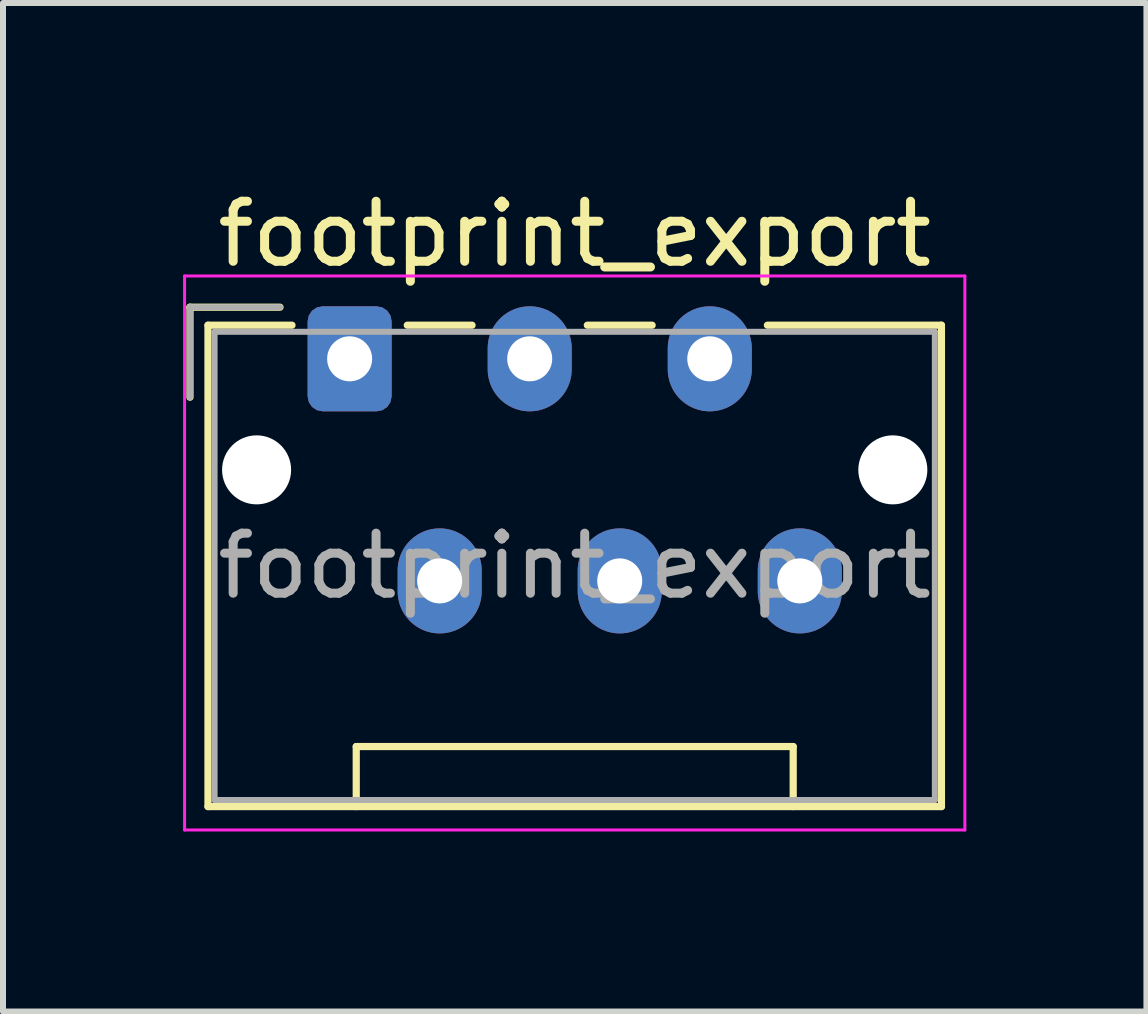
<source format=kicad_pcb>
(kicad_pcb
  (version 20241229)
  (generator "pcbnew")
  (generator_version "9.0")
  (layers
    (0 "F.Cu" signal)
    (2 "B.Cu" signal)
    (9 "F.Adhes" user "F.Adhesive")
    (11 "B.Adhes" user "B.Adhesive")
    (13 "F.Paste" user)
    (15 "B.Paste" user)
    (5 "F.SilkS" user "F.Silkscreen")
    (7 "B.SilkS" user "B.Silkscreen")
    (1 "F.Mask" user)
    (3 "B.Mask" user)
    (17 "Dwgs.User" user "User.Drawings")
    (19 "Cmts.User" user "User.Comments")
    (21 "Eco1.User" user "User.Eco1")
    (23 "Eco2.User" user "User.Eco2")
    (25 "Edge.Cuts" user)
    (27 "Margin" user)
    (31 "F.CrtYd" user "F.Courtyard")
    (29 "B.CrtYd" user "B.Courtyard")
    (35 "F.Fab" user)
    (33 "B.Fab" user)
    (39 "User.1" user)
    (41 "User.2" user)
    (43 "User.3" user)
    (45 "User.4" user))
  (footprint "footprint_export"
    (layer "F.Cu")
    (at 2.775 2.928)
    (property "Reference" "footprint_export" (at 3.75 -2.08 0) (layer "F.SilkS") (effects (font (size 1 1) (thickness 0.15))))
    (attr through_hole)
    (fp_line (start -2.66 -0.86) (end -1.16 -0.86) (stroke (width 0.12) (type solid)) (layer "F.SilkS"))
    (fp_line (start -2.66 0.64) (end -2.66 -0.86) (stroke (width 0.12) (type solid)) (layer "F.SilkS"))
    (fp_line (start -2.36 -0.56) (end -2.36 7.46) (stroke (width 0.12) (type solid)) (layer "F.SilkS"))
    (fp_line (start -2.36 7.46) (end 9.86 7.46) (stroke (width 0.12) (type solid)) (layer "F.SilkS"))
    (fp_line (start -0.96 -0.56) (end -2.36 -0.56) (stroke (width 0.12) (type solid)) (layer "F.SilkS"))
    (fp_line (start 0.11 6.46) (end 7.39 6.46) (stroke (width 0.12) (type solid)) (layer "F.SilkS"))
    (fp_line (start 0.11 7.46) (end 0.11 6.46) (stroke (width 0.12) (type solid)) (layer "F.SilkS"))
    (fp_line (start 0.96 -0.56) (end 2.04 -0.56) (stroke (width 0.12) (type solid)) (layer "F.SilkS"))
    (fp_line (start 3.96 -0.56) (end 5.04 -0.56) (stroke (width 0.12) (type solid)) (layer "F.SilkS"))
    (fp_line (start 7.39 6.46) (end 7.39 7.46) (stroke (width 0.12) (type solid)) (layer "F.SilkS"))
    (fp_line (start 9.86 -0.56) (end 6.96 -0.56) (stroke (width 0.12) (type solid)) (layer "F.SilkS"))
    (fp_line (start 9.86 7.46) (end 9.86 -0.56) (stroke (width 0.12) (type solid)) (layer "F.SilkS"))
    (fp_line (start -2.75 -1.38) (end -2.75 7.85) (stroke (width 0.05) (type solid)) (layer "F.CrtYd"))
    (fp_line (start -2.75 7.85) (end 10.25 7.85) (stroke (width 0.05) (type solid)) (layer "F.CrtYd"))
    (fp_line (start 10.25 -1.38) (end -2.75 -1.38) (stroke (width 0.05) (type solid)) (layer "F.CrtYd"))
    (fp_line (start 10.25 7.85) (end 10.25 -1.38) (stroke (width 0.05) (type solid)) (layer "F.CrtYd"))
    (fp_line (start -2.66 -0.86) (end -1.16 -0.86) (stroke (width 0.1) (type solid)) (layer "F.Fab"))
    (fp_line (start -2.66 0.64) (end -2.66 -0.86) (stroke (width 0.1) (type solid)) (layer "F.Fab"))
    (fp_line (start -2.25 -0.45) (end -2.25 7.35) (stroke (width 0.1) (type solid)) (layer "F.Fab"))
    (fp_line (start -2.25 7.35) (end 9.75 7.35) (stroke (width 0.1) (type solid)) (layer "F.Fab"))
    (fp_line (start 9.75 -0.45) (end -2.25 -0.45) (stroke (width 0.1) (type solid)) (layer "F.Fab"))
    (fp_line (start 9.75 7.35) (end 9.75 -0.45) (stroke (width 0.1) (type solid)) (layer "F.Fab"))
    (fp_text user "${REFERENCE}" (at 3.75 3.45 0) (layer "F.Fab") (effects (font (size 1 1) (thickness 0.15))))
    (pad "" np_thru_hole circle (at -1.55 1.85) (size 1.15 1.15) (drill 1.15) (layers "*.Cu" "*.Mask"))
    (pad "" np_thru_hole circle (at 9.05 1.85) (size 1.15 1.15) (drill 1.15) (layers "*.Cu" "*.Mask"))
    (pad "1" thru_hole roundrect (at 0 0) (size 1.4 1.75) (drill 0.75) (layers "*.Cu" "*.Mask") (roundrect_rratio 0.179))
    (pad "2" thru_hole oval (at 1.5 3.7) (size 1.4 1.75) (drill 0.75) (layers "*.Cu" "*.Mask"))
    (pad "3" thru_hole oval (at 3 0) (size 1.4 1.75) (drill 0.75) (layers "*.Cu" "*.Mask"))
    (pad "4" thru_hole oval (at 4.5 3.7) (size 1.4 1.75) (drill 0.75) (layers "*.Cu" "*.Mask"))
    (pad "5" thru_hole oval (at 6 0) (size 1.4 1.75) (drill 0.75) (layers "*.Cu" "*.Mask"))
    (pad "6" thru_hole oval (at 7.5 3.7) (size 1.4 1.75) (drill 0.75) (layers "*.Cu" "*.Mask")))
  (gr_rect
    (start -3 -3)
    (end 16.05 13.803)
    (stroke (width 0.1) (type default))
    (fill no)
    (layer "Edge.Cuts")))
</source>
